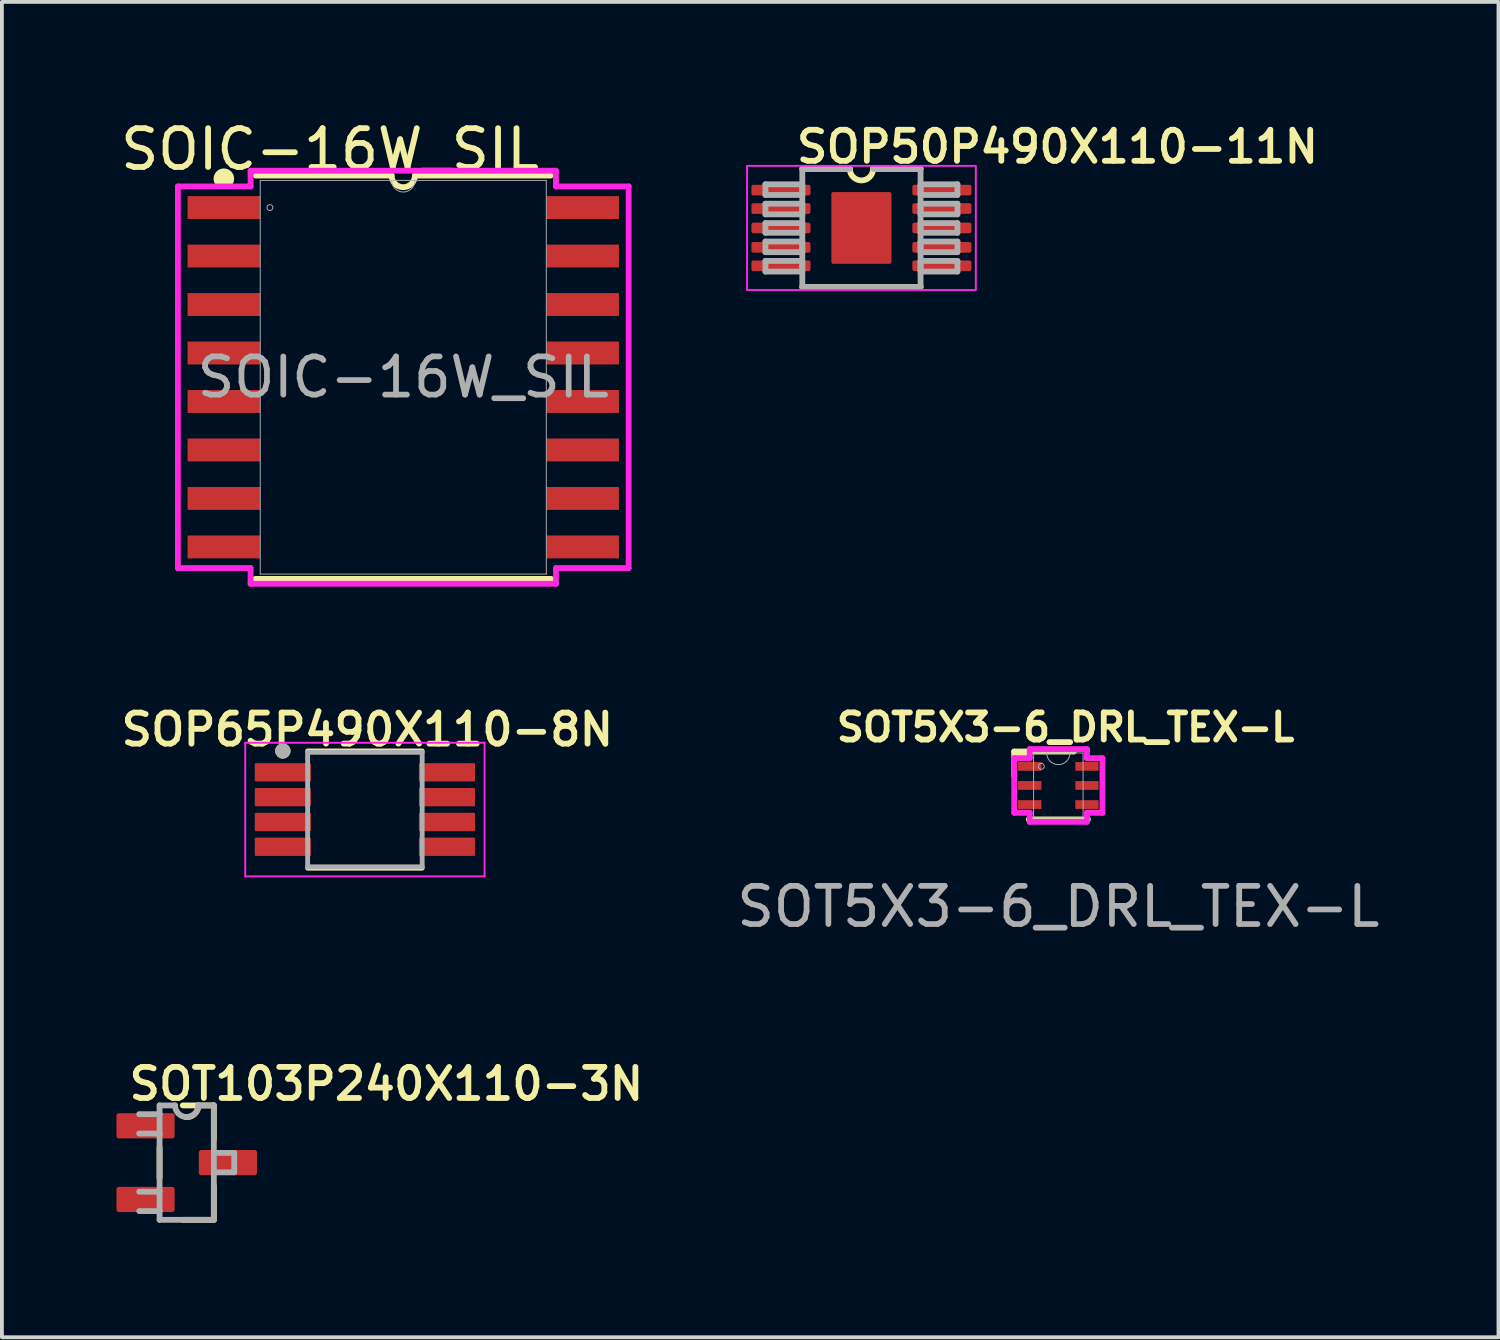
<source format=kicad_pcb>
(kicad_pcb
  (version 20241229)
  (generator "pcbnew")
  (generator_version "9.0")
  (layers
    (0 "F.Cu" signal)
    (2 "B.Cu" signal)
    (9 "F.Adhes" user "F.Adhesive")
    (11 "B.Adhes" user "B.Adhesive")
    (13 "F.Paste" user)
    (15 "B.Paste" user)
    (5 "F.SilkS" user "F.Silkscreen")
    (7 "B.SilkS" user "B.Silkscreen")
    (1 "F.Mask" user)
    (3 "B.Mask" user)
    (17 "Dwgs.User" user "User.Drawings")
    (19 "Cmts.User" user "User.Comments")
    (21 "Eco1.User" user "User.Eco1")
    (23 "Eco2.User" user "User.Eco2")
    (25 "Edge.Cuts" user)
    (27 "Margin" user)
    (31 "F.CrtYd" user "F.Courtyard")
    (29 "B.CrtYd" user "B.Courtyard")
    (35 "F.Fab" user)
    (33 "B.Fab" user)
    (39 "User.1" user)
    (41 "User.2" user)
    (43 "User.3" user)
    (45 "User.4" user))
  (footprint "SOP50P490X110-11N"
    (layer "F.Cu")
    (at 19.516 2.921)
    (property "Reference" "SOP50P490X110-11N" (at -1.778 -1.651 0) (layer "F.SilkS") (effects (font (size 0.813 0.813) (thickness 0.152) (bold yes)) (justify left bottom)))
    (attr smd)
    (fp_line (start -1.549 1.549) (end 1.549 1.549) (stroke (width 0.152) (type solid)) (layer "F.SilkS"))
    (fp_line (start -0.305 -1.549) (end -1.549 -1.549) (stroke (width 0.152) (type solid)) (layer "F.SilkS"))
    (fp_line (start 1.549 -1.549) (end 0.305 -1.549) (stroke (width 0.152) (type solid)) (layer "F.SilkS"))
    (fp_arc (start 0.3048 -1.5494) (mid 0 -1.2446) (end -0.3048 -1.5494) (stroke (width 0.1524) (type solid)) (layer "F.SilkS"))
    (fp_rect (start -2.997 -1.626) (end 2.997 1.626) (stroke (width 0.05) (type solid)) (fill no) (layer "F.CrtYd"))
    (fp_line (start -2.515 -1.143) (end -2.515 -0.864) (stroke (width 0.152) (type solid)) (layer "F.Fab"))
    (fp_line (start -2.515 -0.864) (end -1.549 -0.864) (stroke (width 0.152) (type solid)) (layer "F.Fab"))
    (fp_line (start -2.515 -0.635) (end -2.515 -0.356) (stroke (width 0.152) (type solid)) (layer "F.Fab"))
    (fp_line (start -2.515 -0.356) (end -1.549 -0.356) (stroke (width 0.152) (type solid)) (layer "F.Fab"))
    (fp_line (start -2.515 -0.127) (end -2.515 0.127) (stroke (width 0.152) (type solid)) (layer "F.Fab"))
    (fp_line (start -2.515 0.127) (end -1.549 0.127) (stroke (width 0.152) (type solid)) (layer "F.Fab"))
    (fp_line (start -2.515 0.356) (end -2.515 0.635) (stroke (width 0.152) (type solid)) (layer "F.Fab"))
    (fp_line (start -2.515 0.635) (end -1.549 0.635) (stroke (width 0.152) (type solid)) (layer "F.Fab"))
    (fp_line (start -2.515 0.864) (end -2.515 1.143) (stroke (width 0.152) (type solid)) (layer "F.Fab"))
    (fp_line (start -2.515 1.143) (end -1.549 1.143) (stroke (width 0.152) (type solid)) (layer "F.Fab"))
    (fp_line (start -1.549 -1.549) (end -1.549 1.549) (stroke (width 0.152) (type solid)) (layer "F.Fab"))
    (fp_line (start -1.549 -1.143) (end -2.515 -1.143) (stroke (width 0.152) (type solid)) (layer "F.Fab"))
    (fp_line (start -1.549 -0.864) (end -1.549 -1.143) (stroke (width 0.152) (type solid)) (layer "F.Fab"))
    (fp_line (start -1.549 -0.635) (end -2.515 -0.635) (stroke (width 0.152) (type solid)) (layer "F.Fab"))
    (fp_line (start -1.549 -0.356) (end -1.549 -0.635) (stroke (width 0.152) (type solid)) (layer "F.Fab"))
    (fp_line (start -1.549 -0.127) (end -2.515 -0.127) (stroke (width 0.152) (type solid)) (layer "F.Fab"))
    (fp_line (start -1.549 0.127) (end -1.549 -0.127) (stroke (width 0.152) (type solid)) (layer "F.Fab"))
    (fp_line (start -1.549 0.356) (end -2.515 0.356) (stroke (width 0.152) (type solid)) (layer "F.Fab"))
    (fp_line (start -1.549 0.635) (end -1.549 0.356) (stroke (width 0.152) (type solid)) (layer "F.Fab"))
    (fp_line (start -1.549 0.864) (end -2.515 0.864) (stroke (width 0.152) (type solid)) (layer "F.Fab"))
    (fp_line (start -1.549 1.143) (end -1.549 0.864) (stroke (width 0.152) (type solid)) (layer "F.Fab"))
    (fp_line (start -1.549 1.549) (end 1.549 1.549) (stroke (width 0.152) (type solid)) (layer "F.Fab"))
    (fp_line (start -0.305 -1.549) (end -1.549 -1.549) (stroke (width 0.152) (type solid)) (layer "F.Fab"))
    (fp_line (start 1.549 -1.549) (end 0.305 -1.549) (stroke (width 0.152) (type solid)) (layer "F.Fab"))
    (fp_line (start 1.549 -1.143) (end 1.549 -0.864) (stroke (width 0.152) (type solid)) (layer "F.Fab"))
    (fp_line (start 1.549 -0.864) (end 2.515 -0.864) (stroke (width 0.152) (type solid)) (layer "F.Fab"))
    (fp_line (start 1.549 -0.635) (end 1.549 -0.356) (stroke (width 0.152) (type solid)) (layer "F.Fab"))
    (fp_line (start 1.549 -0.356) (end 2.515 -0.356) (stroke (width 0.152) (type solid)) (layer "F.Fab"))
    (fp_line (start 1.549 -0.127) (end 1.549 0.127) (stroke (width 0.152) (type solid)) (layer "F.Fab"))
    (fp_line (start 1.549 0.127) (end 2.515 0.127) (stroke (width 0.152) (type solid)) (layer "F.Fab"))
    (fp_line (start 1.549 0.356) (end 1.549 0.635) (stroke (width 0.152) (type solid)) (layer "F.Fab"))
    (fp_line (start 1.549 0.635) (end 2.515 0.635) (stroke (width 0.152) (type solid)) (layer "F.Fab"))
    (fp_line (start 1.549 0.864) (end 1.549 1.143) (stroke (width 0.152) (type solid)) (layer "F.Fab"))
    (fp_line (start 1.549 1.143) (end 2.515 1.143) (stroke (width 0.152) (type solid)) (layer "F.Fab"))
    (fp_line (start 1.549 1.549) (end 1.549 -1.549) (stroke (width 0.152) (type solid)) (layer "F.Fab"))
    (fp_line (start 2.515 -1.143) (end 1.549 -1.143) (stroke (width 0.152) (type solid)) (layer "F.Fab"))
    (fp_line (start 2.515 -0.864) (end 2.515 -1.143) (stroke (width 0.152) (type solid)) (layer "F.Fab"))
    (fp_line (start 2.515 -0.635) (end 1.549 -0.635) (stroke (width 0.152) (type solid)) (layer "F.Fab"))
    (fp_line (start 2.515 -0.356) (end 2.515 -0.635) (stroke (width 0.152) (type solid)) (layer "F.Fab"))
    (fp_line (start 2.515 -0.127) (end 1.549 -0.127) (stroke (width 0.152) (type solid)) (layer "F.Fab"))
    (fp_line (start 2.515 0.127) (end 2.515 -0.127) (stroke (width 0.152) (type solid)) (layer "F.Fab"))
    (fp_line (start 2.515 0.356) (end 1.549 0.356) (stroke (width 0.152) (type solid)) (layer "F.Fab"))
    (fp_line (start 2.515 0.635) (end 2.515 0.356) (stroke (width 0.152) (type solid)) (layer "F.Fab"))
    (fp_line (start 2.515 0.864) (end 1.549 0.864) (stroke (width 0.152) (type solid)) (layer "F.Fab"))
    (fp_line (start 2.515 1.143) (end 2.515 0.864) (stroke (width 0.152) (type solid)) (layer "F.Fab"))
    (pad "1" smd roundrect (at -2.108 -0.991) (size 1.549 0.279) (layers "F.Cu" "F.Mask" "F.Paste") (roundrect_rratio 0.182))
    (pad "2" smd roundrect (at -2.108 -0.508) (size 1.549 0.279) (layers "F.Cu" "F.Mask" "F.Paste") (roundrect_rratio 0.182))
    (pad "3" smd roundrect (at -2.108 0) (size 1.549 0.279) (layers "F.Cu" "F.Mask" "F.Paste") (roundrect_rratio 0.182))
    (pad "4" smd roundrect (at -2.108 0.508) (size 1.549 0.279) (layers "F.Cu" "F.Mask" "F.Paste") (roundrect_rratio 0.182))
    (pad "5" smd roundrect (at -2.108 0.991) (size 1.549 0.279) (layers "F.Cu" "F.Mask" "F.Paste") (roundrect_rratio 0.182))
    (pad "6" smd roundrect (at 2.108 0.991) (size 1.549 0.279) (layers "F.Cu" "F.Mask" "F.Paste") (roundrect_rratio 0.182))
    (pad "7" smd roundrect (at 2.108 0.508) (size 1.549 0.279) (layers "F.Cu" "F.Mask" "F.Paste") (roundrect_rratio 0.182))
    (pad "8" smd roundrect (at 2.108 0) (size 1.549 0.279) (layers "F.Cu" "F.Mask" "F.Paste") (roundrect_rratio 0.182))
    (pad "9" smd roundrect (at 2.108 -0.508) (size 1.549 0.279) (layers "F.Cu" "F.Mask" "F.Paste") (roundrect_rratio 0.182))
    (pad "10" smd roundrect (at 2.108 -0.991) (size 1.549 0.279) (layers "F.Cu" "F.Mask" "F.Paste") (roundrect_rratio 0.182))
    (pad "TP" smd roundrect (at 0 0) (size 1.575 1.88) (layers "F.Cu" "F.Mask" "F.Paste") (roundrect_rratio 0.032)))
  (footprint "SOP65P490X110-8N"
    (layer "F.Cu")
    (at 6.509 18.157)
    (property "Reference" "SOP65P490X110-8N" (at 0.064 -2.095 0) (layer "F.SilkS") (effects (font (size 0.813 0.813) (thickness 0.152))))
    (attr smd)
    (fp_line (start -1.5 -1.535) (end 1.5 -1.535) (stroke (width 0.127) (type solid)) (layer "F.SilkS"))
    (fp_line (start -1.5 1.535) (end 1.5 1.535) (stroke (width 0.127) (type solid)) (layer "F.SilkS"))
    (fp_circle (center -2.15 -1.535) (end -2.05 -1.535) (stroke (width 0.2) (type solid)) (fill no) (layer "F.SilkS"))
    (fp_line (start -3.135 -1.75) (end -3.135 1.75) (stroke (width 0.05) (type solid)) (layer "F.CrtYd"))
    (fp_line (start -3.135 -1.75) (end 3.135 -1.75) (stroke (width 0.05) (type solid)) (layer "F.CrtYd"))
    (fp_line (start -3.135 1.75) (end 3.135 1.75) (stroke (width 0.05) (type solid)) (layer "F.CrtYd"))
    (fp_line (start 3.135 -1.75) (end 3.135 1.75) (stroke (width 0.05) (type solid)) (layer "F.CrtYd"))
    (fp_line (start -1.5 -1.5) (end -1.5 1.5) (stroke (width 0.127) (type solid)) (layer "F.Fab"))
    (fp_line (start -1.5 -1.5) (end 1.5 -1.5) (stroke (width 0.127) (type solid)) (layer "F.Fab"))
    (fp_line (start -1.5 1.5) (end 1.5 1.5) (stroke (width 0.127) (type solid)) (layer "F.Fab"))
    (fp_line (start 1.5 -1.5) (end 1.5 1.5) (stroke (width 0.127) (type solid)) (layer "F.Fab"))
    (fp_circle (center -2.15 -1.535) (end -2.05 -1.535) (stroke (width 0.2) (type solid)) (fill no) (layer "F.Fab"))
    (pad "1" smd roundrect (at -2.15 -0.975) (size 1.47 0.48) (layers "F.Cu" "F.Mask" "F.Paste") (roundrect_rratio 0.06))
    (pad "2" smd roundrect (at -2.15 -0.325) (size 1.47 0.48) (layers "F.Cu" "F.Mask" "F.Paste") (roundrect_rratio 0.06))
    (pad "3" smd roundrect (at -2.15 0.325) (size 1.47 0.48) (layers "F.Cu" "F.Mask" "F.Paste") (roundrect_rratio 0.06))
    (pad "4" smd roundrect (at -2.15 0.975) (size 1.47 0.48) (layers "F.Cu" "F.Mask" "F.Paste") (roundrect_rratio 0.06))
    (pad "5" smd roundrect (at 2.15 0.975) (size 1.47 0.48) (layers "F.Cu" "F.Mask" "F.Paste") (roundrect_rratio 0.06))
    (pad "6" smd roundrect (at 2.15 0.325) (size 1.47 0.48) (layers "F.Cu" "F.Mask" "F.Paste") (roundrect_rratio 0.06))
    (pad "7" smd roundrect (at 2.15 -0.325) (size 1.47 0.48) (layers "F.Cu" "F.Mask" "F.Paste") (roundrect_rratio 0.06))
    (pad "8" smd roundrect (at 2.15 -0.975) (size 1.47 0.48) (layers "F.Cu" "F.Mask" "F.Paste") (roundrect_rratio 0.06)))
  (footprint "SOT103P240X110-3N"
    (layer "F.Cu")
    (at 1.841 27.406)
    (property "Reference" "SOT103P240X110-3N" (at -1.587 -1.587 180) (layer "F.SilkS") (effects (font (size 0.813 0.813) (thickness 0.152)) (justify left bottom)))
    (attr smd)
    (fp_line (start -0.711 -0.406) (end -0.711 0.406) (stroke (width 0.152) (type solid)) (layer "F.SilkS"))
    (fp_line (start -0.102 1.499) (end 0.711 1.499) (stroke (width 0.152) (type solid)) (layer "F.SilkS"))
    (fp_line (start 0.305 -1.499) (end -0.102 -1.499) (stroke (width 0.152) (type solid)) (layer "F.SilkS"))
    (fp_line (start 0.711 -1.499) (end 0.305 -1.499) (stroke (width 0.152) (type solid)) (layer "F.SilkS"))
    (fp_line (start 0.711 -0.61) (end 0.711 -1.499) (stroke (width 0.152) (type solid)) (layer "F.SilkS"))
    (fp_line (start 0.711 1.499) (end 0.711 0.61) (stroke (width 0.152) (type solid)) (layer "F.SilkS"))
    (fp_arc (start 0.3048 -1.4986) (mid 0.206758 -1.273554) (end -0.0254 -1.1938) (stroke (width 0.1524) (type solid)) (layer "F.SilkS"))
    (fp_line (start -1.245 -0.762) (end -0.711 -0.762) (stroke (width 0.152) (type solid)) (layer "F.Fab"))
    (fp_line (start -1.245 1.27) (end -0.711 1.27) (stroke (width 0.152) (type solid)) (layer "F.Fab"))
    (fp_line (start -0.711 -1.499) (end -0.711 -1.27) (stroke (width 0.152) (type solid)) (layer "F.Fab"))
    (fp_line (start -0.711 -1.27) (end -1.245 -1.27) (stroke (width 0.152) (type solid)) (layer "F.Fab"))
    (fp_line (start -0.711 -1.27) (end -0.711 -0.762) (stroke (width 0.152) (type solid)) (layer "F.Fab"))
    (fp_line (start -0.711 -0.762) (end -0.711 0.762) (stroke (width 0.152) (type solid)) (layer "F.Fab"))
    (fp_line (start -0.711 0.762) (end -1.245 0.762) (stroke (width 0.152) (type solid)) (layer "F.Fab"))
    (fp_line (start -0.711 1.27) (end -0.711 0.762) (stroke (width 0.152) (type solid)) (layer "F.Fab"))
    (fp_line (start -0.711 1.499) (end -0.711 1.27) (stroke (width 0.152) (type solid)) (layer "F.Fab"))
    (fp_line (start -0.711 1.499) (end 0.711 1.499) (stroke (width 0.152) (type solid)) (layer "F.Fab"))
    (fp_line (start -0.305 -1.499) (end -0.711 -1.499) (stroke (width 0.152) (type solid)) (layer "F.Fab"))
    (fp_line (start 0.711 -1.499) (end 0.305 -1.499) (stroke (width 0.152) (type solid)) (layer "F.Fab"))
    (fp_line (start 0.711 -0.254) (end 0.711 -1.499) (stroke (width 0.152) (type solid)) (layer "F.Fab"))
    (fp_line (start 0.711 0.254) (end 0.711 -0.254) (stroke (width 0.152) (type solid)) (layer "F.Fab"))
    (fp_line (start 0.711 0.254) (end 1.245 0.254) (stroke (width 0.152) (type solid)) (layer "F.Fab"))
    (fp_line (start 0.711 1.499) (end 0.711 0.254) (stroke (width 0.152) (type solid)) (layer "F.Fab"))
    (fp_line (start 1.245 -0.254) (end 0.711 -0.254) (stroke (width 0.152) (type solid)) (layer "F.Fab"))
    (fp_line (start 1.245 0.254) (end 1.245 -0.254) (stroke (width 0.152) (type solid)) (layer "F.Fab"))
    (fp_arc (start 0.3048 -1.4986) (mid 0 -1.1938) (end -0.3048 -1.4986) (stroke (width 0.1524) (type solid)) (layer "F.Fab"))
    (pad "1" smd roundrect (at -1.079 -0.965) (size 1.524 0.66) (layers "F.Cu" "F.Mask" "F.Paste") (roundrect_rratio 0.091))
    (pad "2" smd roundrect (at -1.079 0.965) (size 1.524 0.66) (layers "F.Cu" "F.Mask" "F.Paste") (roundrect_rratio 0.091))
    (pad "3" smd roundrect (at 1.079 0) (size 1.524 0.66) (layers "F.Cu" "F.Mask" "F.Paste") (roundrect_rratio 0.091)))
  (footprint "SOIC-16W_SIL"
    (layer "F.Cu")
    (at 7.514 6.832)
    (property "Reference" "SOIC-16W_SIL" (at -1.92 -5.97 0) (unlocked yes) (layer "F.SilkS") (effects (font (size 1.016 1.016) (thickness 0.152))))
    (attr smd)
    (fp_line (start -3.873 5.283) (end 3.873 5.283) (stroke (width 0.152) (type solid)) (layer "F.SilkS"))
    (fp_line (start -0.305 -5.283) (end -3.861 -5.283) (stroke (width 0.152) (type solid)) (layer "F.SilkS"))
    (fp_line (start 0.305 -5.283) (end 3.861 -5.283) (stroke (width 0.152) (type solid)) (layer "F.SilkS"))
    (fp_arc (start 0.3048 -5.2832) (mid 0 -4.9784) (end -0.3048 -5.2832) (stroke (width 0.1524) (type solid)) (layer "F.SilkS"))
    (fp_circle (center -4.7 -5.2) (end -4.61 -5) (stroke (width 0.1) (type solid)) (fill yes) (layer "F.SilkS"))
    (fp_line (start -5.904 -4.999) (end -4 -4.999) (stroke (width 0.152) (type solid)) (layer "F.CrtYd"))
    (fp_line (start -5.904 4.999) (end -5.904 -4.999) (stroke (width 0.152) (type solid)) (layer "F.CrtYd"))
    (fp_line (start -5.904 4.999) (end -4 4.999) (stroke (width 0.152) (type solid)) (layer "F.CrtYd"))
    (fp_line (start -4 -5.41) (end 4 -5.41) (stroke (width 0.152) (type solid)) (layer "F.CrtYd"))
    (fp_line (start -4 -4.999) (end -4 -5.41) (stroke (width 0.152) (type solid)) (layer "F.CrtYd"))
    (fp_line (start -4 5.41) (end -4 4.999) (stroke (width 0.152) (type solid)) (layer "F.CrtYd"))
    (fp_line (start 4 -5.41) (end 4 -4.999) (stroke (width 0.152) (type solid)) (layer "F.CrtYd"))
    (fp_line (start 4 4.999) (end 4 5.41) (stroke (width 0.152) (type solid)) (layer "F.CrtYd"))
    (fp_line (start 4 5.41) (end -4 5.41) (stroke (width 0.152) (type solid)) (layer "F.CrtYd"))
    (fp_line (start 5.904 -4.999) (end 4 -4.999) (stroke (width 0.152) (type solid)) (layer "F.CrtYd"))
    (fp_line (start 5.904 -4.999) (end 5.904 4.999) (stroke (width 0.152) (type solid)) (layer "F.CrtYd"))
    (fp_line (start 5.904 4.999) (end 4 4.999) (stroke (width 0.152) (type solid)) (layer "F.CrtYd"))
    (fp_line (start -3.747 -5.156) (end -3.747 5.156) (stroke (width 0.025) (type solid)) (layer "F.Fab"))
    (fp_line (start -3.747 5.156) (end 3.747 5.156) (stroke (width 0.025) (type solid)) (layer "F.Fab"))
    (fp_line (start 3.747 -5.156) (end -3.747 -5.156) (stroke (width 0.025) (type solid)) (layer "F.Fab"))
    (fp_line (start 3.747 5.156) (end 3.747 -5.156) (stroke (width 0.025) (type solid)) (layer "F.Fab"))
    (fp_arc (start 0.3048 -5.1562) (mid 0 -4.8514) (end -0.3048 -5.1562) (stroke (width 0.0254) (type solid)) (layer "F.Fab"))
    (fp_circle (center -3.493 -4.445) (end -3.416 -4.445) (stroke (width 0.025) (type solid)) (fill no) (layer "F.Fab"))
    (fp_text user "${REFERENCE}" (at 0 0 0) (unlocked yes) (layer "F.Fab") (effects (font (size 1 1) (thickness 0.15))))
    (pad "1" smd rect (at -4.7 -4.445) (size 1.9 0.6) (layers "F.Cu" "F.Mask" "F.Paste"))
    (pad "2" smd rect (at -4.7 -3.175) (size 1.9 0.6) (layers "F.Cu" "F.Mask" "F.Paste"))
    (pad "3" smd rect (at -4.7 -1.905) (size 1.9 0.6) (layers "F.Cu" "F.Mask" "F.Paste"))
    (pad "4" smd rect (at -4.7 -0.635) (size 1.9 0.6) (layers "F.Cu" "F.Mask" "F.Paste"))
    (pad "5" smd rect (at -4.7 0.635) (size 1.9 0.6) (layers "F.Cu" "F.Mask" "F.Paste"))
    (pad "6" smd rect (at -4.7 1.905) (size 1.9 0.6) (layers "F.Cu" "F.Mask" "F.Paste"))
    (pad "7" smd rect (at -4.7 3.175) (size 1.9 0.6) (layers "F.Cu" "F.Mask" "F.Paste"))
    (pad "8" smd rect (at -4.7 4.445) (size 1.9 0.6) (layers "F.Cu" "F.Mask" "F.Paste"))
    (pad "9" smd rect (at 4.7 4.445) (size 1.9 0.6) (layers "F.Cu" "F.Mask" "F.Paste"))
    (pad "10" smd rect (at 4.7 3.175) (size 1.9 0.6) (layers "F.Cu" "F.Mask" "F.Paste"))
    (pad "11" smd rect (at 4.7 1.905) (size 1.9 0.6) (layers "F.Cu" "F.Mask" "F.Paste"))
    (pad "12" smd rect (at 4.7 0.635) (size 1.9 0.6) (layers "F.Cu" "F.Mask" "F.Paste"))
    (pad "13" smd rect (at 4.7 -0.635) (size 1.9 0.6) (layers "F.Cu" "F.Mask" "F.Paste"))
    (pad "14" smd rect (at 4.7 -1.905) (size 1.9 0.6) (layers "F.Cu" "F.Mask" "F.Paste"))
    (pad "15" smd rect (at 4.7 -3.175) (size 1.9 0.6) (layers "F.Cu" "F.Mask" "F.Paste"))
    (pad "16" smd rect (at 4.7 -4.445) (size 1.9 0.6) (layers "F.Cu" "F.Mask" "F.Paste")))
  (footprint "SOT5X3-6_DRL_TEX-L"
    (layer "F.Cu")
    (at 24.674 17.526)
    (property "Reference" "SOT5X3-6_DRL_TEX-L" (at 0.191 -1.524 0) (unlocked yes) (layer "F.SilkS") (effects (font (size 0.711 0.711) (thickness 0.152) (bold yes))))
    (attr smd)
    (fp_line (start -1.156 -0.889) (end -1.156 -0.254) (stroke (width 0.152) (type solid)) (layer "F.SilkS"))
    (fp_line (start -0.775 0.889) (end 0.775 0.889) (stroke (width 0.152) (type solid)) (layer "F.SilkS"))
    (fp_line (start 0.406 -0.889) (end -1.156 -0.889) (stroke (width 0.152) (type solid)) (layer "F.SilkS"))
    (fp_rect (start -1.156 -0.914) (end -0.762 -0.699) (stroke (width 0.064) (type solid)) (fill yes) (layer "F.SilkS"))
    (fp_line (start -1.156 -0.716) (end -0.749 -0.716) (stroke (width 0.152) (type solid)) (layer "F.CrtYd"))
    (fp_line (start -1.156 0.716) (end -1.156 -0.716) (stroke (width 0.152) (type solid)) (layer "F.CrtYd"))
    (fp_line (start -1.156 0.716) (end -0.749 0.716) (stroke (width 0.152) (type solid)) (layer "F.CrtYd"))
    (fp_line (start -0.749 -0.953) (end 0.749 -0.953) (stroke (width 0.152) (type solid)) (layer "F.CrtYd"))
    (fp_line (start -0.749 -0.716) (end -0.749 -0.953) (stroke (width 0.152) (type solid)) (layer "F.CrtYd"))
    (fp_line (start -0.749 0.953) (end -0.749 0.716) (stroke (width 0.152) (type solid)) (layer "F.CrtYd"))
    (fp_line (start 0.749 -0.953) (end 0.749 -0.716) (stroke (width 0.152) (type solid)) (layer "F.CrtYd"))
    (fp_line (start 0.749 0.716) (end 0.749 0.953) (stroke (width 0.152) (type solid)) (layer "F.CrtYd"))
    (fp_line (start 0.749 0.953) (end -0.749 0.953) (stroke (width 0.152) (type solid)) (layer "F.CrtYd"))
    (fp_line (start 1.156 -0.716) (end 0.749 -0.716) (stroke (width 0.152) (type solid)) (layer "F.CrtYd"))
    (fp_line (start 1.156 -0.716) (end 1.156 0.716) (stroke (width 0.152) (type solid)) (layer "F.CrtYd"))
    (fp_line (start 1.156 0.716) (end 0.749 0.716) (stroke (width 0.152) (type solid)) (layer "F.CrtYd"))
    (fp_line (start -0.648 -0.851) (end -0.648 0.851) (stroke (width 0.025) (type solid)) (layer "F.Fab"))
    (fp_line (start -0.648 0.851) (end 0.648 0.851) (stroke (width 0.025) (type solid)) (layer "F.Fab"))
    (fp_line (start 0.648 -0.851) (end -0.648 -0.851) (stroke (width 0.025) (type solid)) (layer "F.Fab"))
    (fp_line (start 0.648 0.851) (end 0.648 -0.851) (stroke (width 0.025) (type solid)) (layer "F.Fab"))
    (fp_arc (start 0.3048 -0.8509) (mid 0 -0.5461) (end -0.3048 -0.8509) (stroke (width 0.0254) (type solid)) (layer "F.Fab"))
    (fp_circle (center -0.445 -0.5) (end -0.368 -0.5) (stroke (width 0.025) (type solid)) (fill no) (layer "F.Fab"))
    (fp_text user "${REFERENCE}" (at 0 3.175 0) (unlocked yes) (layer "F.Fab") (effects (font (size 1 1) (thickness 0.15))))
    (pad "1" smd rect (at -0.749 -0.5) (size 0.61 0.229) (layers "F.Cu" "F.Mask" "F.Paste"))
    (pad "2" smd rect (at -0.749 0) (size 0.61 0.229) (layers "F.Cu" "F.Mask" "F.Paste"))
    (pad "3" smd rect (at -0.749 0.5) (size 0.61 0.229) (layers "F.Cu" "F.Mask" "F.Paste"))
    (pad "4" smd rect (at 0.749 0.5) (size 0.61 0.229) (layers "F.Cu" "F.Mask" "F.Paste"))
    (pad "5" smd rect (at 0.749 0) (size 0.61 0.229) (layers "F.Cu" "F.Mask" "F.Paste"))
    (pad "6" smd rect (at 0.749 -0.5) (size 0.61 0.229) (layers "F.Cu" "F.Mask" "F.Paste")))
  (gr_rect
    (start -3 -3)
    (end 36.204 31.981)
    (stroke (width 0.1) (type default))
    (fill no)
    (layer "Edge.Cuts")))
</source>
